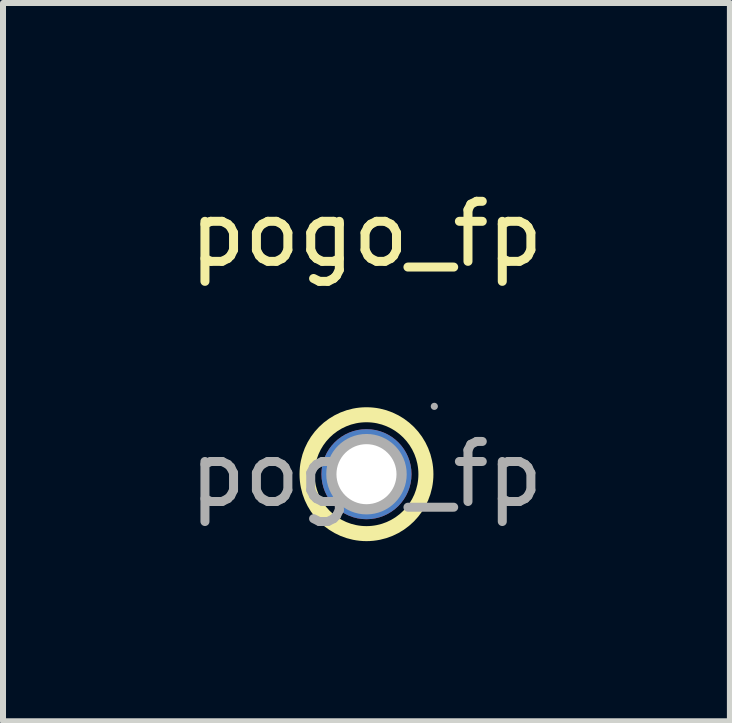
<source format=kicad_pcb>
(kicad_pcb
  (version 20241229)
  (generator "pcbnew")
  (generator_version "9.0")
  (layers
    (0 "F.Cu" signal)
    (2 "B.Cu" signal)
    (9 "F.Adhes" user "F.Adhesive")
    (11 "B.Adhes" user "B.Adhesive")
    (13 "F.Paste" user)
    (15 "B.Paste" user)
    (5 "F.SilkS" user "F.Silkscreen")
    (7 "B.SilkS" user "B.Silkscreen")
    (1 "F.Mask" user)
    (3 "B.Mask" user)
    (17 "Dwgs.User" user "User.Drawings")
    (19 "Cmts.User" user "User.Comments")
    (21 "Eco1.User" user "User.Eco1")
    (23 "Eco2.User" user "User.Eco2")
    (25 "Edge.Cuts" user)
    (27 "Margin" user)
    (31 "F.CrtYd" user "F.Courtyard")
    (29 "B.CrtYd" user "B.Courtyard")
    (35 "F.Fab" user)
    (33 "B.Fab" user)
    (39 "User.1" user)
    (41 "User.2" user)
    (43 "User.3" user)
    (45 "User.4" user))
  (footprint "pogo_fp"
    (layer "F.Cu")
    (at 3.054 4.848)
    (property "Reference" "pogo_fp" (at 0 -4 0) (layer "F.SilkS") (effects (font (size 1 1) (thickness 0.15))))
    (attr through_hole)
    (fp_circle (center 0 0) (end 0.99 0) (stroke (width 0.25) (type solid)) (fill no) (layer "F.SilkS"))
    (fp_circle (center 0 0) (end 0.22 0) (stroke (width 0.45) (type solid)) (fill no) (layer "F.Fab"))
    (fp_circle (center 1.13 -1.13) (end 1.16 -1.13) (stroke (width 0.06) (type solid)) (fill no) (layer "F.Fab"))
    (fp_text user "${REFERENCE}" (at 0 0 0) (layer "F.Fab") (effects (font (size 1 1) (thickness 0.15))))
    (pad "1" thru_hole circle (at 0 0) (size 1.5 1.5) (drill 1) (layers "*.Cu" "*.Mask")))
  (gr_rect
    (start -3 -3)
    (end 9.107 8.963)
    (stroke (width 0.1) (type default))
    (fill no)
    (layer "Edge.Cuts")))
</source>
